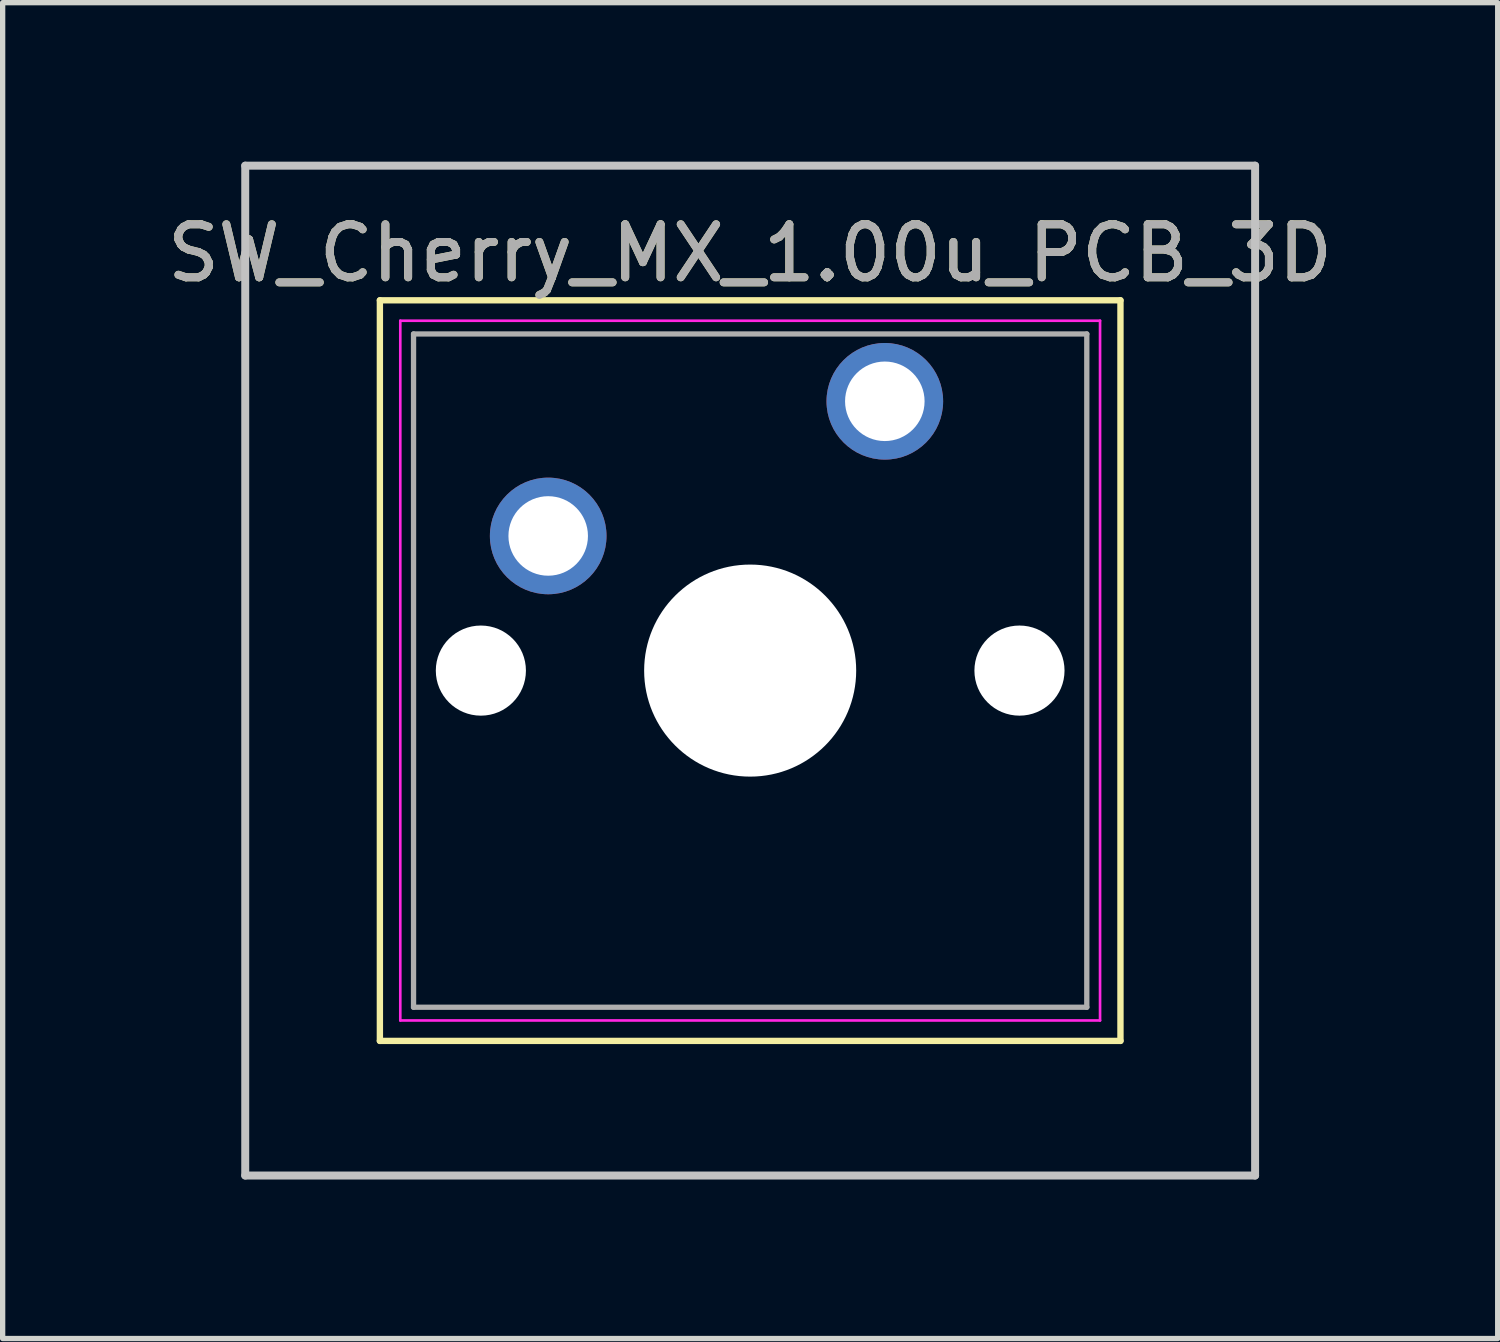
<source format=kicad_pcb>
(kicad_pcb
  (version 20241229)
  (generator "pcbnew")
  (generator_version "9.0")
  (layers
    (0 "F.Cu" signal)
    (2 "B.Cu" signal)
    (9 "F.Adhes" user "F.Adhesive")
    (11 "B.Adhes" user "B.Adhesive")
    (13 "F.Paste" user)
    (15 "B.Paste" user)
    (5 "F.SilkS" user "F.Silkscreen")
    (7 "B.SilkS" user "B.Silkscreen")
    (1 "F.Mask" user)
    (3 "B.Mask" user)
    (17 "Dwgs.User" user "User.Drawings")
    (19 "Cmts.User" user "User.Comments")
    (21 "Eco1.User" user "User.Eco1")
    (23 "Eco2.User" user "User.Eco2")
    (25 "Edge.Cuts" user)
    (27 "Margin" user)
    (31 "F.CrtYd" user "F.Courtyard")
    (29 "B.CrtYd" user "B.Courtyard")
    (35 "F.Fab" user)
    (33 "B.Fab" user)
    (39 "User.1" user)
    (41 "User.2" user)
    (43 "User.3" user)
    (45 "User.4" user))
  (footprint "SW_Cherry_MX_1.00u_PCB_3D"
    (layer "F.Cu")
    (at 13.641 4.52)
    (property "Reference" "SW_Cherry_MX_1.00u_PCB_3D" (at -2.54 -2.794 0) (layer "F.SilkS") (effects (font (size 1 1) (thickness 0.15))))
    (attr through_hole)
    (fp_line (start -9.525 -1.905) (end 4.445 -1.905) (stroke (width 0.12) (type solid)) (layer "F.SilkS"))
    (fp_line (start -9.525 12.065) (end -9.525 -1.905) (stroke (width 0.12) (type solid)) (layer "F.SilkS"))
    (fp_line (start 4.445 -1.905) (end 4.445 12.065) (stroke (width 0.12) (type solid)) (layer "F.SilkS"))
    (fp_line (start 4.445 12.065) (end -9.525 12.065) (stroke (width 0.12) (type solid)) (layer "F.SilkS"))
    (fp_line (start -12.065 -4.445) (end 6.985 -4.445) (stroke (width 0.15) (type solid)) (layer "Dwgs.User"))
    (fp_line (start -12.065 14.605) (end -12.065 -4.445) (stroke (width 0.15) (type solid)) (layer "Dwgs.User"))
    (fp_line (start 6.985 -4.445) (end 6.985 14.605) (stroke (width 0.15) (type solid)) (layer "Dwgs.User"))
    (fp_line (start 6.985 14.605) (end -12.065 14.605) (stroke (width 0.15) (type solid)) (layer "Dwgs.User"))
    (fp_line (start -9.14 -1.52) (end 4.06 -1.52) (stroke (width 0.05) (type solid)) (layer "F.CrtYd"))
    (fp_line (start -9.14 11.68) (end -9.14 -1.52) (stroke (width 0.05) (type solid)) (layer "F.CrtYd"))
    (fp_line (start 4.06 -1.52) (end 4.06 11.68) (stroke (width 0.05) (type solid)) (layer "F.CrtYd"))
    (fp_line (start 4.06 11.68) (end -9.14 11.68) (stroke (width 0.05) (type solid)) (layer "F.CrtYd"))
    (fp_line (start -8.89 -1.27) (end 3.81 -1.27) (stroke (width 0.1) (type solid)) (layer "F.Fab"))
    (fp_line (start -8.89 11.43) (end -8.89 -1.27) (stroke (width 0.1) (type solid)) (layer "F.Fab"))
    (fp_line (start 3.81 -1.27) (end 3.81 11.43) (stroke (width 0.1) (type solid)) (layer "F.Fab"))
    (fp_line (start 3.81 11.43) (end -8.89 11.43) (stroke (width 0.1) (type solid)) (layer "F.Fab"))
    (fp_text user "${REFERENCE}" (at -2.54 -2.794 0) (layer "F.Fab") (effects (font (size 1 1) (thickness 0.15))))
    (pad "" np_thru_hole circle (at -7.62 5.08) (size 1.7 1.7) (drill 1.7) (layers "*.Cu" "*.Mask"))
    (pad "" np_thru_hole circle (at -2.54 5.08) (size 4 4) (drill 4) (layers "*.Cu" "*.Mask"))
    (pad "" np_thru_hole circle (at 2.54 5.08) (size 1.7 1.7) (drill 1.7) (layers "*.Cu" "*.Mask"))
    (pad "1" thru_hole circle (at 0 0) (size 2.2 2.2) (drill 1.5) (layers "*.Cu" "*.Mask"))
    (pad "2" thru_hole circle (at -6.35 2.54) (size 2.2 2.2) (drill 1.5) (layers "*.Cu" "*.Mask")))
  (gr_rect
    (start -3 -3)
    (end 25.202 22.2)
    (stroke (width 0.1) (type default))
    (fill no)
    (layer "Edge.Cuts")))
</source>
